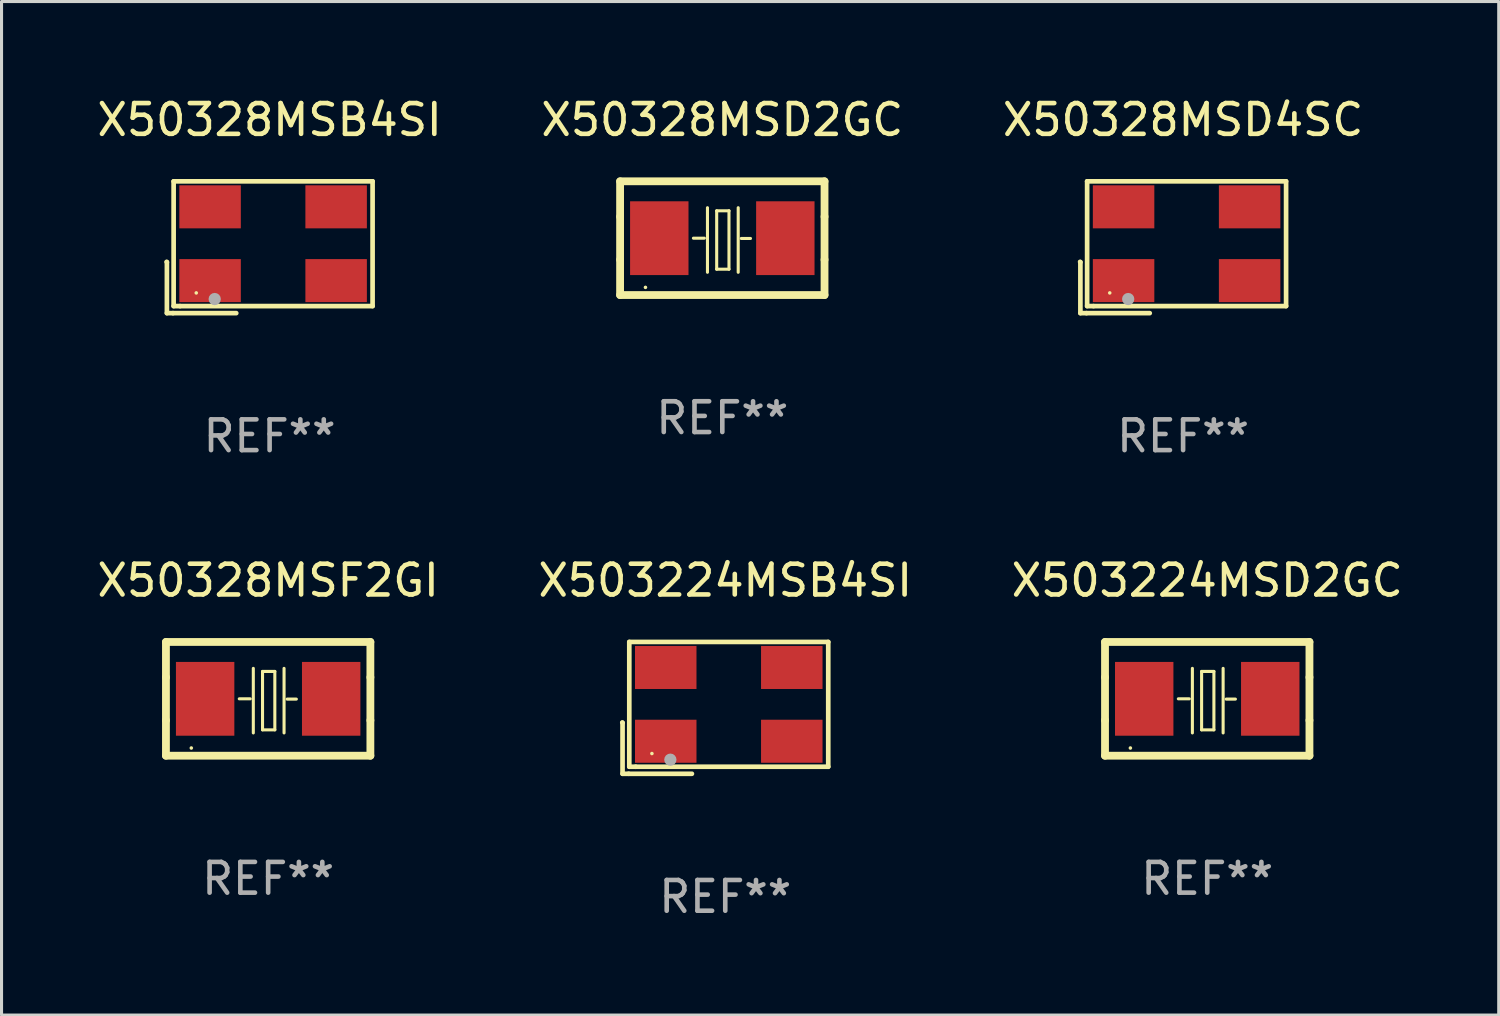
<source format=kicad_pcb>
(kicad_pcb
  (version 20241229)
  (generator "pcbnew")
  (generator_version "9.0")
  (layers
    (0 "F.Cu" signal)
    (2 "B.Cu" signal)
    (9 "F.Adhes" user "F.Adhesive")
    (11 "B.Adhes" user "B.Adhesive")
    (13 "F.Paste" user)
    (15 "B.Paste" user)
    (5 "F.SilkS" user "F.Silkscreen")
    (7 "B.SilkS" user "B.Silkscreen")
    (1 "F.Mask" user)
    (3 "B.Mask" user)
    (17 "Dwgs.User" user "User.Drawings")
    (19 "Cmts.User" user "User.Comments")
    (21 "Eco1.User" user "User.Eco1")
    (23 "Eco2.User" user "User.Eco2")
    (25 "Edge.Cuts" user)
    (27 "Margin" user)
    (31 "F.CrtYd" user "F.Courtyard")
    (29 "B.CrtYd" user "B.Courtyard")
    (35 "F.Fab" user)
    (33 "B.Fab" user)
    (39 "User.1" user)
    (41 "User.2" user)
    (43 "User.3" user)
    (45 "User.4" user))
  (footprint "X50328MSD4SC"
    (layer "F.Cu")
    (at 35.435 4.992)
    (property "Reference" "X50328MSD4SC" (at 0 -4.144 0) (layer "F.SilkS") (effects (font (size 1 1) (thickness 0.15))))
    (attr through_hole)
    (fp_line (start -3.35 0.476) (end -3.341 0.485) (stroke (width 0.152) (type solid)) (layer "F.SilkS"))
    (fp_line (start -3.341 0.485) (end -3.341 2.144) (stroke (width 0.152) (type solid)) (layer "F.SilkS"))
    (fp_line (start -3.341 2.144) (end -3.143 2.144) (stroke (width 0.152) (type solid)) (layer "F.SilkS"))
    (fp_line (start -3.143 2.144) (end -1.085 2.144) (stroke (width 0.152) (type solid)) (layer "F.SilkS"))
    (fp_line (start -3.122 -2.144) (end 3.35 -2.144) (stroke (width 0.152) (type solid)) (layer "F.SilkS"))
    (fp_line (start -3.122 1.915) (end -3.122 -2.144) (stroke (width 0.152) (type solid)) (layer "F.SilkS"))
    (fp_line (start -2.914 1.915) (end -3.122 1.915) (stroke (width 0.152) (type solid)) (layer "F.SilkS"))
    (fp_line (start 3.35 -2.144) (end 3.35 1.915) (stroke (width 0.152) (type solid)) (layer "F.SilkS"))
    (fp_line (start 3.35 1.915) (end -2.914 1.915) (stroke (width 0.152) (type solid)) (layer "F.SilkS"))
    (fp_circle (center -2.386 1.486) (end -2.356 1.486) (stroke (width 0.06) (type solid)) (fill no) (layer "F.SilkS"))
    (fp_circle (center -1.786 1.686) (end -1.686 1.686) (stroke (width 0.2) (type solid)) (fill no) (layer "F.Fab"))
    (fp_text user "REF**" (at 0 6.144 0) (layer "F.Fab") (effects (font (size 1 1) (thickness 0.15))))
    (pad "1" smd rect (at -1.936 1.086) (size 2 1.4) (layers "F.Cu" "F.Mask" "F.Paste"))
    (pad "2" smd rect (at 2.164 1.086) (size 2 1.4) (layers "F.Cu" "F.Mask" "F.Paste"))
    (pad "3" smd rect (at 2.164 -1.314) (size 2 1.4) (layers "F.Cu" "F.Mask" "F.Paste"))
    (pad "4" smd rect (at -1.936 -1.314) (size 2 1.4) (layers "F.Cu" "F.Mask" "F.Paste")))
  (footprint "X50328MSD2GC"
    (layer "F.Cu")
    (at 20.446 4.698)
    (property "Reference" "X50328MSD2GC" (at 0 -3.85 0) (layer "F.SilkS") (effects (font (size 1 1) (thickness 0.15))))
    (attr through_hole)
    (fp_line (start -3.325 0.7) (end -3.325 -0.7) (stroke (width 0.254) (type solid)) (layer "F.SilkS"))
    (fp_line (start -3.325 -1.85) (end 3.325 -1.85) (stroke (width 0.254) (type solid)) (layer "F.SilkS"))
    (fp_line (start -3.325 -0.7) (end -3.325 -1.85) (stroke (width 0.254) (type solid)) (layer "F.SilkS"))
    (fp_line (start -3.325 1.85) (end -3.325 0.7) (stroke (width 0.254) (type solid)) (layer "F.SilkS"))
    (fp_line (start -0.94 -0.000127) (end -0.584 -0.000127) (stroke (width 0.1) (type solid)) (layer "F.SilkS"))
    (fp_line (start -0.483 -0.991) (end -0.483 1.109) (stroke (width 0.1) (type solid)) (layer "F.SilkS"))
    (fp_line (start -0.183 -0.891) (end -0.183 1.009) (stroke (width 0.1) (type solid)) (layer "F.SilkS"))
    (fp_line (start -0.183 1.009) (end 0.217 1.009) (stroke (width 0.1) (type solid)) (layer "F.SilkS"))
    (fp_line (start 0.217 -0.891) (end -0.183 -0.891) (stroke (width 0.1) (type solid)) (layer "F.SilkS"))
    (fp_line (start 0.217 1.009) (end 0.217 -0.891) (stroke (width 0.1) (type solid)) (layer "F.SilkS"))
    (fp_line (start 0.517 -0.991) (end 0.517 1.109) (stroke (width 0.1) (type solid)) (layer "F.SilkS"))
    (fp_line (start 0.617 0.009) (end 0.917 0.009) (stroke (width 0.1) (type solid)) (layer "F.SilkS"))
    (fp_line (start 3.325 -1.85) (end 3.325 -0.7) (stroke (width 0.254) (type solid)) (layer "F.SilkS"))
    (fp_line (start 3.325 0.7) (end 3.325 1.85) (stroke (width 0.254) (type solid)) (layer "F.SilkS"))
    (fp_line (start 3.325 1.85) (end -3.325 1.85) (stroke (width 0.254) (type solid)) (layer "F.SilkS"))
    (fp_line (start 3.325 -0.7) (end 3.325 0.7) (stroke (width 0.254) (type solid)) (layer "F.SilkS"))
    (fp_circle (center -2.5 1.6) (end -2.47 1.6) (stroke (width 0.06) (type solid)) (fill no) (layer "F.SilkS"))
    (fp_text user "REF**" (at 0 5.85 0) (layer "F.Fab") (effects (font (size 1 1) (thickness 0.15))))
    (pad "1" smd rect (at -2.05 -0.000127) (size 1.9 2.4) (layers "F.Cu" "F.Mask" "F.Paste"))
    (pad "2" smd rect (at 2.05 -0.000127) (size 1.9 2.4) (layers "F.Cu" "F.Mask" "F.Paste")))
  (footprint "X503224MSB4SI"
    (layer "F.Cu")
    (at 20.542 19.976)
    (property "Reference" "X503224MSB4SI" (at 0 -4.144 0) (layer "F.SilkS") (effects (font (size 1 1) (thickness 0.15))))
    (attr through_hole)
    (fp_line (start -3.35 0.476) (end -3.341 0.485) (stroke (width 0.152) (type solid)) (layer "F.SilkS"))
    (fp_line (start -3.341 0.485) (end -3.341 2.144) (stroke (width 0.152) (type solid)) (layer "F.SilkS"))
    (fp_line (start -3.341 2.144) (end -3.143 2.144) (stroke (width 0.152) (type solid)) (layer "F.SilkS"))
    (fp_line (start -3.143 2.144) (end -1.085 2.144) (stroke (width 0.152) (type solid)) (layer "F.SilkS"))
    (fp_line (start -3.122 -2.144) (end 3.35 -2.144) (stroke (width 0.152) (type solid)) (layer "F.SilkS"))
    (fp_line (start -3.122 1.915) (end -3.122 -2.144) (stroke (width 0.152) (type solid)) (layer "F.SilkS"))
    (fp_line (start -2.914 1.915) (end -3.122 1.915) (stroke (width 0.152) (type solid)) (layer "F.SilkS"))
    (fp_line (start 3.35 -2.144) (end 3.35 1.915) (stroke (width 0.152) (type solid)) (layer "F.SilkS"))
    (fp_line (start 3.35 1.915) (end -2.914 1.915) (stroke (width 0.152) (type solid)) (layer "F.SilkS"))
    (fp_circle (center -2.386 1.486) (end -2.356 1.486) (stroke (width 0.06) (type solid)) (fill no) (layer "F.SilkS"))
    (fp_circle (center -1.786 1.686) (end -1.686 1.686) (stroke (width 0.2) (type solid)) (fill no) (layer "F.Fab"))
    (fp_text user "REF**" (at 0 6.144 0) (layer "F.Fab") (effects (font (size 1 1) (thickness 0.15))))
    (pad "1" smd rect (at -1.936 1.086) (size 2 1.4) (layers "F.Cu" "F.Mask" "F.Paste"))
    (pad "2" smd rect (at 2.164 1.086) (size 2 1.4) (layers "F.Cu" "F.Mask" "F.Paste"))
    (pad "3" smd rect (at 2.164 -1.314) (size 2 1.4) (layers "F.Cu" "F.Mask" "F.Paste"))
    (pad "4" smd rect (at -1.936 -1.314) (size 2 1.4) (layers "F.Cu" "F.Mask" "F.Paste")))
  (footprint "X50328MSF2GI"
    (layer "F.Cu")
    (at 5.673 19.682)
    (property "Reference" "X50328MSF2GI" (at 0 -3.85 0) (layer "F.SilkS") (effects (font (size 1 1) (thickness 0.15))))
    (attr through_hole)
    (fp_line (start -3.325 0.7) (end -3.325 -0.7) (stroke (width 0.254) (type solid)) (layer "F.SilkS"))
    (fp_line (start -3.325 -1.85) (end 3.325 -1.85) (stroke (width 0.254) (type solid)) (layer "F.SilkS"))
    (fp_line (start -3.325 -0.7) (end -3.325 -1.85) (stroke (width 0.254) (type solid)) (layer "F.SilkS"))
    (fp_line (start -3.325 1.85) (end -3.325 0.7) (stroke (width 0.254) (type solid)) (layer "F.SilkS"))
    (fp_line (start -0.94 -0.000127) (end -0.584 -0.000127) (stroke (width 0.1) (type solid)) (layer "F.SilkS"))
    (fp_line (start -0.483 -0.991) (end -0.483 1.109) (stroke (width 0.1) (type solid)) (layer "F.SilkS"))
    (fp_line (start -0.183 -0.891) (end -0.183 1.009) (stroke (width 0.1) (type solid)) (layer "F.SilkS"))
    (fp_line (start -0.183 1.009) (end 0.217 1.009) (stroke (width 0.1) (type solid)) (layer "F.SilkS"))
    (fp_line (start 0.217 -0.891) (end -0.183 -0.891) (stroke (width 0.1) (type solid)) (layer "F.SilkS"))
    (fp_line (start 0.217 1.009) (end 0.217 -0.891) (stroke (width 0.1) (type solid)) (layer "F.SilkS"))
    (fp_line (start 0.517 -0.991) (end 0.517 1.109) (stroke (width 0.1) (type solid)) (layer "F.SilkS"))
    (fp_line (start 0.617 0.009) (end 0.917 0.009) (stroke (width 0.1) (type solid)) (layer "F.SilkS"))
    (fp_line (start 3.325 -1.85) (end 3.325 -0.7) (stroke (width 0.254) (type solid)) (layer "F.SilkS"))
    (fp_line (start 3.325 0.7) (end 3.325 1.85) (stroke (width 0.254) (type solid)) (layer "F.SilkS"))
    (fp_line (start 3.325 1.85) (end -3.325 1.85) (stroke (width 0.254) (type solid)) (layer "F.SilkS"))
    (fp_line (start 3.325 -0.7) (end 3.325 0.7) (stroke (width 0.254) (type solid)) (layer "F.SilkS"))
    (fp_circle (center -2.5 1.6) (end -2.47 1.6) (stroke (width 0.06) (type solid)) (fill no) (layer "F.SilkS"))
    (fp_text user "REF**" (at 0 5.85 0) (layer "F.Fab") (effects (font (size 1 1) (thickness 0.15))))
    (pad "1" smd rect (at -2.05 -0.000127) (size 1.9 2.4) (layers "F.Cu" "F.Mask" "F.Paste"))
    (pad "2" smd rect (at 2.05 -0.000127) (size 1.9 2.4) (layers "F.Cu" "F.Mask" "F.Paste")))
  (footprint "X503224MSD2GC"
    (layer "F.Cu")
    (at 36.22 19.682)
    (property "Reference" "X503224MSD2GC" (at 0 -3.85 0) (layer "F.SilkS") (effects (font (size 1 1) (thickness 0.15))))
    (attr through_hole)
    (fp_line (start -3.325 0.7) (end -3.325 -0.7) (stroke (width 0.254) (type solid)) (layer "F.SilkS"))
    (fp_line (start -3.325 -1.85) (end 3.325 -1.85) (stroke (width 0.254) (type solid)) (layer "F.SilkS"))
    (fp_line (start -3.325 -0.7) (end -3.325 -1.85) (stroke (width 0.254) (type solid)) (layer "F.SilkS"))
    (fp_line (start -3.325 1.85) (end -3.325 0.7) (stroke (width 0.254) (type solid)) (layer "F.SilkS"))
    (fp_line (start -0.94 -0.000127) (end -0.584 -0.000127) (stroke (width 0.1) (type solid)) (layer "F.SilkS"))
    (fp_line (start -0.483 -0.991) (end -0.483 1.109) (stroke (width 0.1) (type solid)) (layer "F.SilkS"))
    (fp_line (start -0.183 -0.891) (end -0.183 1.009) (stroke (width 0.1) (type solid)) (layer "F.SilkS"))
    (fp_line (start -0.183 1.009) (end 0.217 1.009) (stroke (width 0.1) (type solid)) (layer "F.SilkS"))
    (fp_line (start 0.217 -0.891) (end -0.183 -0.891) (stroke (width 0.1) (type solid)) (layer "F.SilkS"))
    (fp_line (start 0.217 1.009) (end 0.217 -0.891) (stroke (width 0.1) (type solid)) (layer "F.SilkS"))
    (fp_line (start 0.517 -0.991) (end 0.517 1.109) (stroke (width 0.1) (type solid)) (layer "F.SilkS"))
    (fp_line (start 0.617 0.009) (end 0.917 0.009) (stroke (width 0.1) (type solid)) (layer "F.SilkS"))
    (fp_line (start 3.325 -1.85) (end 3.325 -0.7) (stroke (width 0.254) (type solid)) (layer "F.SilkS"))
    (fp_line (start 3.325 0.7) (end 3.325 1.85) (stroke (width 0.254) (type solid)) (layer "F.SilkS"))
    (fp_line (start 3.325 1.85) (end -3.325 1.85) (stroke (width 0.254) (type solid)) (layer "F.SilkS"))
    (fp_line (start 3.325 -0.7) (end 3.325 0.7) (stroke (width 0.254) (type solid)) (layer "F.SilkS"))
    (fp_circle (center -2.5 1.6) (end -2.47 1.6) (stroke (width 0.06) (type solid)) (fill no) (layer "F.SilkS"))
    (fp_text user "REF**" (at 0 5.85 0) (layer "F.Fab") (effects (font (size 1 1) (thickness 0.15))))
    (pad "1" smd rect (at -2.05 -0.000127) (size 1.9 2.4) (layers "F.Cu" "F.Mask" "F.Paste"))
    (pad "2" smd rect (at 2.05 -0.000127) (size 1.9 2.4) (layers "F.Cu" "F.Mask" "F.Paste")))
  (footprint "X50328MSB4SI"
    (layer "F.Cu")
    (at 5.72 4.992)
    (property "Reference" "X50328MSB4SI" (at 0 -4.144 0) (layer "F.SilkS") (effects (font (size 1 1) (thickness 0.15))))
    (attr through_hole)
    (fp_line (start -3.35 0.476) (end -3.341 0.485) (stroke (width 0.152) (type solid)) (layer "F.SilkS"))
    (fp_line (start -3.341 0.485) (end -3.341 2.144) (stroke (width 0.152) (type solid)) (layer "F.SilkS"))
    (fp_line (start -3.341 2.144) (end -3.143 2.144) (stroke (width 0.152) (type solid)) (layer "F.SilkS"))
    (fp_line (start -3.143 2.144) (end -1.085 2.144) (stroke (width 0.152) (type solid)) (layer "F.SilkS"))
    (fp_line (start -3.122 -2.144) (end 3.35 -2.144) (stroke (width 0.152) (type solid)) (layer "F.SilkS"))
    (fp_line (start -3.122 1.915) (end -3.122 -2.144) (stroke (width 0.152) (type solid)) (layer "F.SilkS"))
    (fp_line (start -2.914 1.915) (end -3.122 1.915) (stroke (width 0.152) (type solid)) (layer "F.SilkS"))
    (fp_line (start 3.35 -2.144) (end 3.35 1.915) (stroke (width 0.152) (type solid)) (layer "F.SilkS"))
    (fp_line (start 3.35 1.915) (end -2.914 1.915) (stroke (width 0.152) (type solid)) (layer "F.SilkS"))
    (fp_circle (center -2.386 1.486) (end -2.356 1.486) (stroke (width 0.06) (type solid)) (fill no) (layer "F.SilkS"))
    (fp_circle (center -1.786 1.686) (end -1.686 1.686) (stroke (width 0.2) (type solid)) (fill no) (layer "F.Fab"))
    (fp_text user "REF**" (at 0 6.144 0) (layer "F.Fab") (effects (font (size 1 1) (thickness 0.15))))
    (pad "1" smd rect (at -1.936 1.086) (size 2 1.4) (layers "F.Cu" "F.Mask" "F.Paste"))
    (pad "2" smd rect (at 2.164 1.086) (size 2 1.4) (layers "F.Cu" "F.Mask" "F.Paste"))
    (pad "3" smd rect (at 2.164 -1.314) (size 2 1.4) (layers "F.Cu" "F.Mask" "F.Paste"))
    (pad "4" smd rect (at -1.936 -1.314) (size 2 1.4) (layers "F.Cu" "F.Mask" "F.Paste")))
  (gr_rect
    (start -3 -3)
    (end 45.702 29.968)
    (stroke (width 0.1) (type default))
    (fill no)
    (layer "Edge.Cuts")))
</source>
